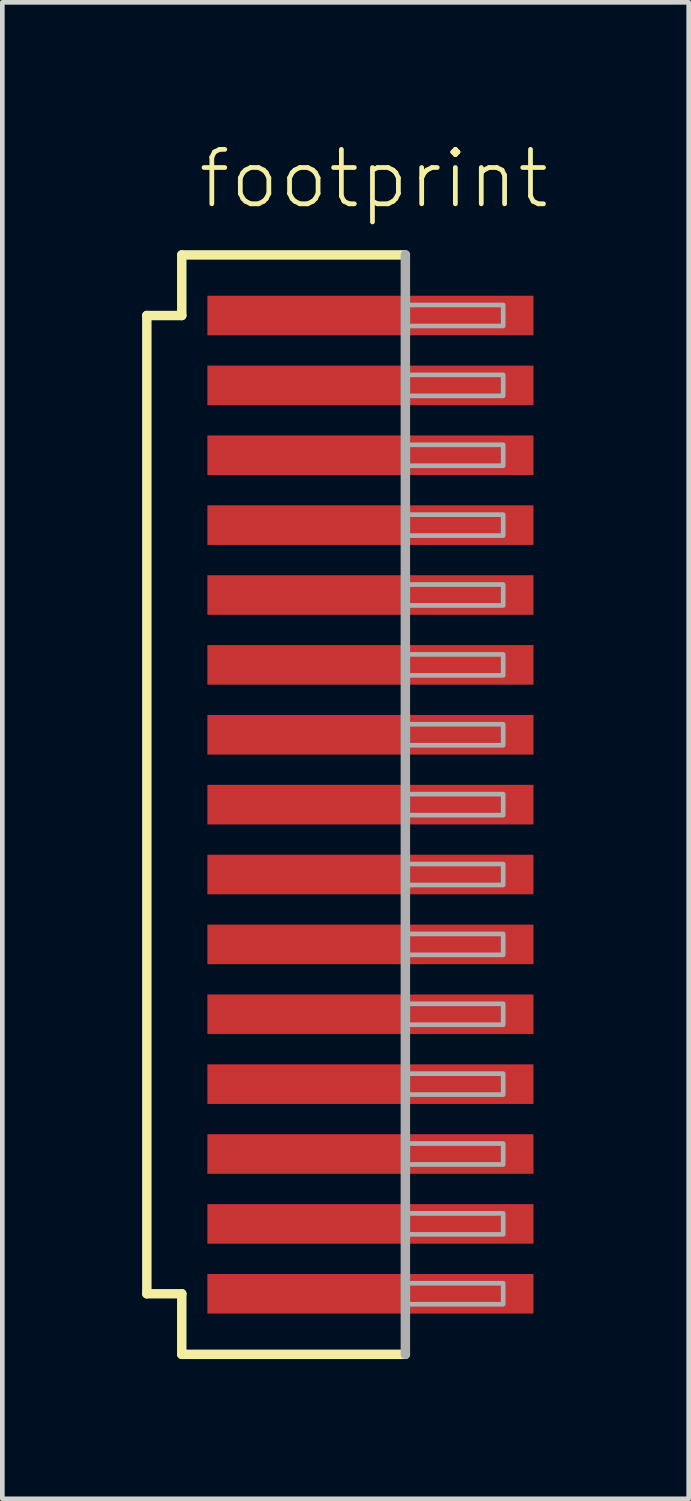
<source format=kicad_pcb>
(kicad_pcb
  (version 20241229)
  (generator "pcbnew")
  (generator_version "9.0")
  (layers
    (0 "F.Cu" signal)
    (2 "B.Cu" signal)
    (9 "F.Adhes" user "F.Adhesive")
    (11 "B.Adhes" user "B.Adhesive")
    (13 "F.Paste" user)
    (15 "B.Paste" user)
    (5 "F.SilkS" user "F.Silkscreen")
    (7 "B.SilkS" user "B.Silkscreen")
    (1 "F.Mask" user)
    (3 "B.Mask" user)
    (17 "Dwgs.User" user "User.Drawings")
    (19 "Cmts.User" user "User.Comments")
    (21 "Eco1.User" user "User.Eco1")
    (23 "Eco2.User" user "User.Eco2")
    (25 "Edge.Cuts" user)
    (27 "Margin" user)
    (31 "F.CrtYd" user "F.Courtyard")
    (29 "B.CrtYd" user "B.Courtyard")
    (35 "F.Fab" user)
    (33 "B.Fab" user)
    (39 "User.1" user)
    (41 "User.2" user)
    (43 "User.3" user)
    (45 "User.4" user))
  (footprint "footprint"
    (layer "F.Cu")
    (at 4.902 14.223)
    (property "Reference" "footprint" (at -3.75 -12.75 0) (layer "F.SilkS") (effects (font (size 1.168 1.168) (thickness 0.102)) (justify left bottom)))
    (fp_line (start -4.8 -10.5) (end -4.05 -10.5) (stroke (width 0.203) (type solid)) (layer "F.SilkS"))
    (fp_line (start -4.8 10.5) (end -4.8 -10.5) (stroke (width 0.203) (type solid)) (layer "F.SilkS"))
    (fp_line (start -4.05 -11.8) (end 0.75 -11.8) (stroke (width 0.203) (type solid)) (layer "F.SilkS"))
    (fp_line (start -4.05 -10.5) (end -4.05 -11.8) (stroke (width 0.203) (type solid)) (layer "F.SilkS"))
    (fp_line (start -4.05 10.5) (end -4.8 10.5) (stroke (width 0.203) (type solid)) (layer "F.SilkS"))
    (fp_line (start -4.05 11.8) (end -4.05 10.5) (stroke (width 0.203) (type solid)) (layer "F.SilkS"))
    (fp_line (start 0.75 11.8) (end -4.05 11.8) (stroke (width 0.203) (type solid)) (layer "F.SilkS"))
    (fp_line (start 0.75 -11.8) (end 0.75 11.8) (stroke (width 0.203) (type solid)) (layer "F.Fab"))
    (fp_poly (pts (xy 0.8 -10.275) (xy 2.85 -10.275) (xy 2.85 -10.725) (xy 0.8 -10.725)) (stroke (width 0.1) (type solid)) (fill no) (layer "F.Fab"))
    (fp_poly (pts (xy 0.8 -8.775) (xy 2.85 -8.775) (xy 2.85 -9.225) (xy 0.8 -9.225)) (stroke (width 0.1) (type solid)) (fill no) (layer "F.Fab"))
    (fp_poly (pts (xy 0.8 -7.275) (xy 2.85 -7.275) (xy 2.85 -7.725) (xy 0.8 -7.725)) (stroke (width 0.1) (type solid)) (fill no) (layer "F.Fab"))
    (fp_poly (pts (xy 0.8 -5.775) (xy 2.85 -5.775) (xy 2.85 -6.225) (xy 0.8 -6.225)) (stroke (width 0.1) (type solid)) (fill no) (layer "F.Fab"))
    (fp_poly (pts (xy 0.8 -4.275) (xy 2.85 -4.275) (xy 2.85 -4.725) (xy 0.8 -4.725)) (stroke (width 0.1) (type solid)) (fill no) (layer "F.Fab"))
    (fp_poly (pts (xy 0.8 -2.775) (xy 2.85 -2.775) (xy 2.85 -3.225) (xy 0.8 -3.225)) (stroke (width 0.1) (type solid)) (fill no) (layer "F.Fab"))
    (fp_poly (pts (xy 0.8 -1.275) (xy 2.85 -1.275) (xy 2.85 -1.725) (xy 0.8 -1.725)) (stroke (width 0.1) (type solid)) (fill no) (layer "F.Fab"))
    (fp_poly (pts (xy 0.8 0.225) (xy 2.85 0.225) (xy 2.85 -0.225) (xy 0.8 -0.225)) (stroke (width 0.1) (type solid)) (fill no) (layer "F.Fab"))
    (fp_poly (pts (xy 0.8 1.725) (xy 2.85 1.725) (xy 2.85 1.275) (xy 0.8 1.275)) (stroke (width 0.1) (type solid)) (fill no) (layer "F.Fab"))
    (fp_poly (pts (xy 0.8 3.225) (xy 2.85 3.225) (xy 2.85 2.775) (xy 0.8 2.775)) (stroke (width 0.1) (type solid)) (fill no) (layer "F.Fab"))
    (fp_poly (pts (xy 0.8 4.725) (xy 2.85 4.725) (xy 2.85 4.275) (xy 0.8 4.275)) (stroke (width 0.1) (type solid)) (fill no) (layer "F.Fab"))
    (fp_poly (pts (xy 0.8 6.225) (xy 2.85 6.225) (xy 2.85 5.775) (xy 0.8 5.775)) (stroke (width 0.1) (type solid)) (fill no) (layer "F.Fab"))
    (fp_poly (pts (xy 0.8 7.725) (xy 2.85 7.725) (xy 2.85 7.275) (xy 0.8 7.275)) (stroke (width 0.1) (type solid)) (fill no) (layer "F.Fab"))
    (fp_poly (pts (xy 0.8 9.225) (xy 2.85 9.225) (xy 2.85 8.775) (xy 0.8 8.775)) (stroke (width 0.1) (type solid)) (fill no) (layer "F.Fab"))
    (fp_poly (pts (xy 0.8 10.725) (xy 2.85 10.725) (xy 2.85 10.275) (xy 0.8 10.275)) (stroke (width 0.1) (type solid)) (fill no) (layer "F.Fab"))
    (pad "1" smd rect (at 0 -10.5) (size 7 0.85) (layers "F.Cu" "F.Mask" "F.Paste"))
    (pad "2" smd rect (at 0 -9) (size 7 0.85) (layers "F.Cu" "F.Mask" "F.Paste"))
    (pad "3" smd rect (at 0 -7.5) (size 7 0.85) (layers "F.Cu" "F.Mask" "F.Paste"))
    (pad "4" smd rect (at 0 -6) (size 7 0.85) (layers "F.Cu" "F.Mask" "F.Paste"))
    (pad "5" smd rect (at 0 -4.5) (size 7 0.85) (layers "F.Cu" "F.Mask" "F.Paste"))
    (pad "6" smd rect (at 0 -3) (size 7 0.85) (layers "F.Cu" "F.Mask" "F.Paste"))
    (pad "7" smd rect (at 0 -1.5) (size 7 0.85) (layers "F.Cu" "F.Mask" "F.Paste"))
    (pad "8" smd rect (at 0 0) (size 7 0.85) (layers "F.Cu" "F.Mask" "F.Paste"))
    (pad "9" smd rect (at 0 1.5) (size 7 0.85) (layers "F.Cu" "F.Mask" "F.Paste"))
    (pad "10" smd rect (at 0 3) (size 7 0.85) (layers "F.Cu" "F.Mask" "F.Paste"))
    (pad "11" smd rect (at 0 4.5) (size 7 0.85) (layers "F.Cu" "F.Mask" "F.Paste"))
    (pad "12" smd rect (at 0 6) (size 7 0.85) (layers "F.Cu" "F.Mask" "F.Paste"))
    (pad "13" smd rect (at 0 7.5) (size 7 0.85) (layers "F.Cu" "F.Mask" "F.Paste"))
    (pad "14" smd rect (at 0 9) (size 7 0.85) (layers "F.Cu" "F.Mask" "F.Paste"))
    (pad "15" smd rect (at 0 10.5) (size 7 0.85) (layers "F.Cu" "F.Mask" "F.Paste")))
  (gr_rect
    (start -3 -3)
    (end 11.734 29.125)
    (stroke (width 0.1) (type default))
    (fill no)
    (layer "Edge.Cuts")))
</source>
